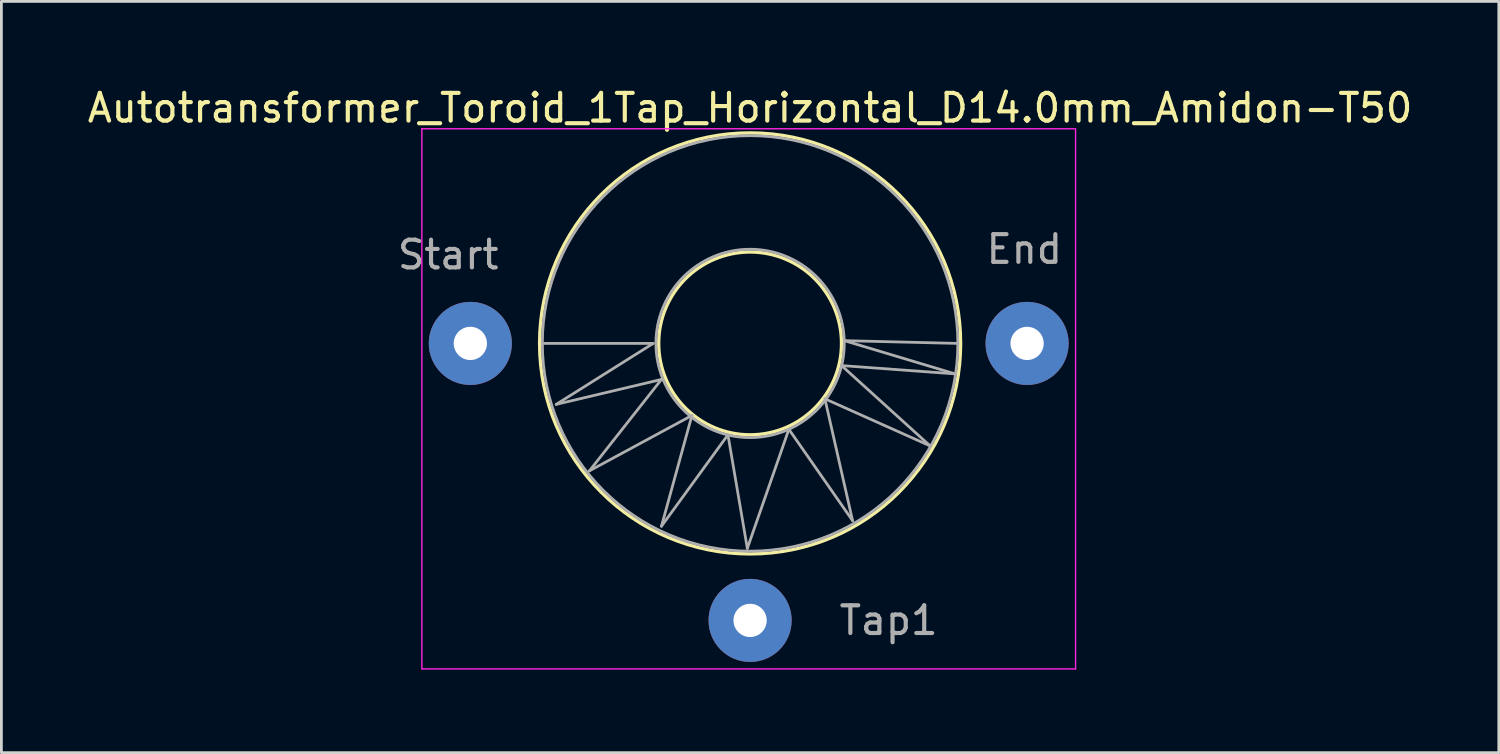
<source format=kicad_pcb>
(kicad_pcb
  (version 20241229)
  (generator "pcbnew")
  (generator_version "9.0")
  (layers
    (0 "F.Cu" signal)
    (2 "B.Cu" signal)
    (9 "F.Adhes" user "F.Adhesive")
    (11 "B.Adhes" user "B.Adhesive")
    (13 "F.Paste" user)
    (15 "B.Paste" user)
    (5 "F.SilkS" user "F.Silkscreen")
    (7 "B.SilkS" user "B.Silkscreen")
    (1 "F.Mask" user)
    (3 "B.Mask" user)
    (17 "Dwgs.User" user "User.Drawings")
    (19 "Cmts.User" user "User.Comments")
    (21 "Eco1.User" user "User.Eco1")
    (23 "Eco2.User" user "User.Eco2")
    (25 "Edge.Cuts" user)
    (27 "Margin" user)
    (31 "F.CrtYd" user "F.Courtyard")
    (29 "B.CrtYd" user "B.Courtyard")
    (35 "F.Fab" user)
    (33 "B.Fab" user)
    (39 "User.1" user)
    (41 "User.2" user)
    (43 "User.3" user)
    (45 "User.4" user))
  (footprint "Autotransformer_Toroid_1Tap_Horizontal_D14.0mm_Amidon-T50"
    (layer "F.Cu")
    (at 13.93 9.348)
    (property "Reference" "Autotransformer_Toroid_1Tap_Horizontal_D14.0mm_Amidon-T50" (at 10.1 -8.5 0) (layer "F.SilkS") (effects (font (size 1 1) (thickness 0.15))))
    (attr through_hole)
    (fp_circle (center 10.1 0) (end 13.4 0) (stroke (width 0.12) (type solid)) (fill no) (layer "F.SilkS"))
    (fp_circle (center 10.1 0) (end 17.7 0) (stroke (width 0.12) (type solid)) (fill no) (layer "F.SilkS"))
    (fp_line (start -1.75 -7.75) (end -1.75 11.75) (stroke (width 0.05) (type solid)) (layer "F.CrtYd"))
    (fp_line (start -1.75 -7.75) (end 21.85 -7.75) (stroke (width 0.05) (type solid)) (layer "F.CrtYd"))
    (fp_line (start 21.85 11.75) (end -1.75 11.75) (stroke (width 0.05) (type solid)) (layer "F.CrtYd"))
    (fp_line (start 21.85 11.75) (end 21.85 -7.75) (stroke (width 0.05) (type solid)) (layer "F.CrtYd"))
    (fp_line (start 2.6 0) (end 6.6 0) (stroke (width 0.1) (type solid)) (layer "F.Fab"))
    (fp_line (start 3.1 2.2) (end 6.9 1.3) (stroke (width 0.1) (type solid)) (layer "F.Fab"))
    (fp_line (start 4.3 4.6) (end 8 2.6) (stroke (width 0.1) (type solid)) (layer "F.Fab"))
    (fp_line (start 6.6 0) (end 3.1 2.2) (stroke (width 0.1) (type solid)) (layer "F.Fab"))
    (fp_line (start 6.9 1.3) (end 4.3 4.6) (stroke (width 0.1) (type solid)) (layer "F.Fab"))
    (fp_line (start 6.9 6.6) (end 9.3 3.3) (stroke (width 0.1) (type solid)) (layer "F.Fab"))
    (fp_line (start 8 2.6) (end 6.9 6.6) (stroke (width 0.1) (type solid)) (layer "F.Fab"))
    (fp_line (start 9.3 3.3) (end 10 7.4) (stroke (width 0.1) (type solid)) (layer "F.Fab"))
    (fp_line (start 10 7.4) (end 11.5 3.1) (stroke (width 0.1) (type solid)) (layer "F.Fab"))
    (fp_line (start 11.5 3.1) (end 13.8 6.4) (stroke (width 0.1) (type solid)) (layer "F.Fab"))
    (fp_line (start 12.8 2) (end 16.6 3.7) (stroke (width 0.1) (type solid)) (layer "F.Fab"))
    (fp_line (start 13.4 0.8) (end 17.5 1.1) (stroke (width 0.1) (type solid)) (layer "F.Fab"))
    (fp_line (start 13.5 -0.1) (end 17.6 0) (stroke (width 0.1) (type solid)) (layer "F.Fab"))
    (fp_line (start 13.8 6.4) (end 12.8 2) (stroke (width 0.1) (type solid)) (layer "F.Fab"))
    (fp_line (start 16.6 3.7) (end 13.4 0.8) (stroke (width 0.1) (type solid)) (layer "F.Fab"))
    (fp_line (start 17.5 1.1) (end 13.5 -0.1) (stroke (width 0.1) (type solid)) (layer "F.Fab"))
    (fp_circle (center 10.1 0) (end 13.5 0) (stroke (width 0.1) (type solid)) (fill no) (layer "F.Fab"))
    (fp_circle (center 10.1 0) (end 17.6 0) (stroke (width 0.1) (type solid)) (fill no) (layer "F.Fab"))
    (fp_text user "Tap1" (at 15.1 10 0) (layer "F.Fab") (effects (font (size 1 1) (thickness 0.15))))
    (fp_text user "End" (at 20 -3.4 0) (layer "F.Fab") (effects (font (size 1 1) (thickness 0.15))))
    (fp_text user "Start" (at -0.8 -3.2 0) (layer "F.Fab") (effects (font (size 1 1) (thickness 0.15))))
    (pad "1" thru_hole circle (at 0 0) (size 3 3) (drill 1.2) (layers "*.Cu" "*.Mask"))
    (pad "2" thru_hole circle (at 10.1 10) (size 3 3) (drill 1.2) (layers "*.Cu" "*.Mask"))
    (pad "3" thru_hole circle (at 20.1 0) (size 3 3) (drill 1.2) (layers "*.Cu" "*.Mask")))
  (gr_rect
    (start -3 -3)
    (end 51.06 24.123)
    (stroke (width 0.1) (type default))
    (fill no)
    (layer "Edge.Cuts")))
</source>
